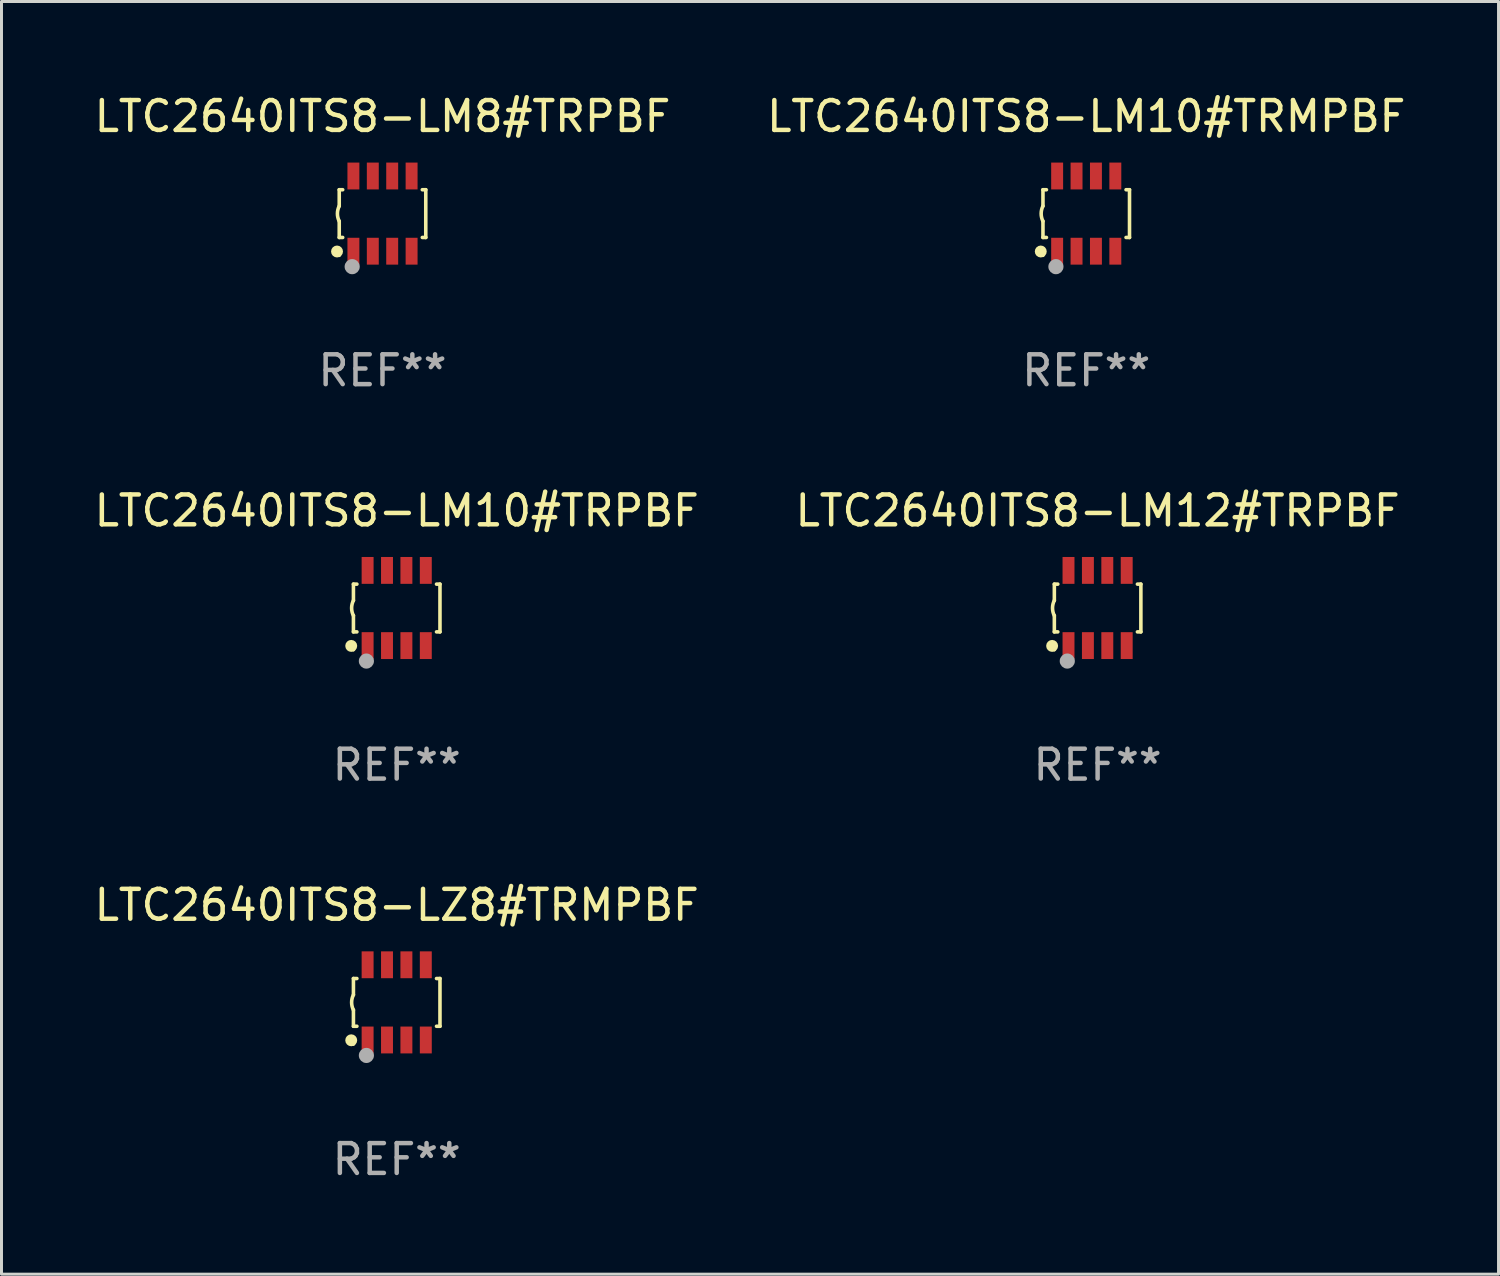
<source format=kicad_pcb>
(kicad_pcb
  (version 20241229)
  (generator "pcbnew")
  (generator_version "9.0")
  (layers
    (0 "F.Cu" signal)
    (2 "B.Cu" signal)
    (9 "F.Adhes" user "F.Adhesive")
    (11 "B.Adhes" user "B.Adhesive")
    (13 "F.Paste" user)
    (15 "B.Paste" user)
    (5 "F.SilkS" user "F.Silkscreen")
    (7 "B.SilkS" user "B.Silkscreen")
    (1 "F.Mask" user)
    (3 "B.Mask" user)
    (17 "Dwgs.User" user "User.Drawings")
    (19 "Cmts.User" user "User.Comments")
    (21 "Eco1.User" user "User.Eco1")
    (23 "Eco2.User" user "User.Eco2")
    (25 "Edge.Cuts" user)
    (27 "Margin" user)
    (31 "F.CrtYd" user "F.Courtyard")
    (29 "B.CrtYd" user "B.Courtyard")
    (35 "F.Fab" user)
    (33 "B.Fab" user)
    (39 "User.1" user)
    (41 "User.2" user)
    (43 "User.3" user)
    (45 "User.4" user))
  (footprint "LTC2640ITS8-LZ8#TRMPBF"
    (layer "F.Cu")
    (at 10.244 30.541)
    (property "Reference" "LTC2640ITS8-LZ8#TRMPBF" (at 0 -3.26 0) (layer "F.SilkS") (effects (font (size 1 1) (thickness 0.15))))
    (attr through_hole)
    (fp_line (start -1.45 -0.8) (end -1.45 -0.254) (stroke (width 0.12) (type solid)) (layer "F.SilkS"))
    (fp_line (start -1.45 -0.8) (end -1.334 -0.8) (stroke (width 0.12) (type solid)) (layer "F.SilkS"))
    (fp_line (start -1.45 0.8) (end -1.45 0.254) (stroke (width 0.12) (type solid)) (layer "F.SilkS"))
    (fp_line (start -1.45 0.8) (end -1.334 0.8) (stroke (width 0.12) (type solid)) (layer "F.SilkS"))
    (fp_line (start 1.334 -0.8) (end 1.45 -0.8) (stroke (width 0.12) (type solid)) (layer "F.SilkS"))
    (fp_line (start 1.334 0.8) (end 1.45 0.8) (stroke (width 0.12) (type solid)) (layer "F.SilkS"))
    (fp_line (start 1.45 0.8) (end 1.45 -0.8) (stroke (width 0.12) (type solid)) (layer "F.SilkS"))
    (fp_arc (start -1.45075 0.255144) (mid -1.510605 0.000434) (end -1.450013 -0.254102) (stroke (width 0.11999) (type solid)) (layer "F.SilkS"))
    (fp_circle (center -1.524 1.27) (end -1.424 1.27) (stroke (width 0.2) (type solid)) (fill no) (layer "F.SilkS"))
    (fp_circle (center -1.45 1.4) (end -1.42 1.4) (stroke (width 0.06) (type solid)) (fill no) (layer "F.SilkS"))
    (fp_circle (center -1.016 1.778) (end -0.889 1.778) (stroke (width 0.254) (type solid)) (fill no) (layer "F.Fab"))
    (fp_text user "REF**" (at 0 5.26 0) (layer "F.Fab") (effects (font (size 1 1) (thickness 0.15))))
    (pad "1" smd rect (at -0.975 1.26) (size 0.4 0.9) (layers "F.Cu" "F.Mask" "F.Paste"))
    (pad "2" smd rect (at -0.325 1.26) (size 0.4 0.9) (layers "F.Cu" "F.Mask" "F.Paste"))
    (pad "3" smd rect (at 0.325 1.26) (size 0.4 0.9) (layers "F.Cu" "F.Mask" "F.Paste"))
    (pad "4" smd rect (at 0.975 1.26) (size 0.4 0.9) (layers "F.Cu" "F.Mask" "F.Paste"))
    (pad "5" smd rect (at 0.975 -1.26) (size 0.4 0.9) (layers "F.Cu" "F.Mask" "F.Paste"))
    (pad "6" smd rect (at 0.325 -1.26) (size 0.4 0.9) (layers "F.Cu" "F.Mask" "F.Paste"))
    (pad "7" smd rect (at -0.325 -1.26) (size 0.4 0.9) (layers "F.Cu" "F.Mask" "F.Paste"))
    (pad "8" smd rect (at -0.975 -1.26) (size 0.4 0.9) (layers "F.Cu" "F.Mask" "F.Paste")))
  (footprint "LTC2640ITS8-LM10#TRPBF"
    (layer "F.Cu")
    (at 10.244 17.325)
    (property "Reference" "LTC2640ITS8-LM10#TRPBF" (at 0 -3.26 0) (layer "F.SilkS") (effects (font (size 1 1) (thickness 0.15))))
    (attr through_hole)
    (fp_line (start -1.45 -0.8) (end -1.45 -0.254) (stroke (width 0.12) (type solid)) (layer "F.SilkS"))
    (fp_line (start -1.45 -0.8) (end -1.334 -0.8) (stroke (width 0.12) (type solid)) (layer "F.SilkS"))
    (fp_line (start -1.45 0.8) (end -1.45 0.254) (stroke (width 0.12) (type solid)) (layer "F.SilkS"))
    (fp_line (start -1.45 0.8) (end -1.334 0.8) (stroke (width 0.12) (type solid)) (layer "F.SilkS"))
    (fp_line (start 1.334 -0.8) (end 1.45 -0.8) (stroke (width 0.12) (type solid)) (layer "F.SilkS"))
    (fp_line (start 1.334 0.8) (end 1.45 0.8) (stroke (width 0.12) (type solid)) (layer "F.SilkS"))
    (fp_line (start 1.45 0.8) (end 1.45 -0.8) (stroke (width 0.12) (type solid)) (layer "F.SilkS"))
    (fp_arc (start -1.45075 0.255144) (mid -1.510605 0.000434) (end -1.450013 -0.254102) (stroke (width 0.11999) (type solid)) (layer "F.SilkS"))
    (fp_circle (center -1.524 1.27) (end -1.424 1.27) (stroke (width 0.2) (type solid)) (fill no) (layer "F.SilkS"))
    (fp_circle (center -1.45 1.4) (end -1.42 1.4) (stroke (width 0.06) (type solid)) (fill no) (layer "F.SilkS"))
    (fp_circle (center -1.016 1.778) (end -0.889 1.778) (stroke (width 0.254) (type solid)) (fill no) (layer "F.Fab"))
    (fp_text user "REF**" (at 0 5.26 0) (layer "F.Fab") (effects (font (size 1 1) (thickness 0.15))))
    (pad "1" smd rect (at -0.975 1.26) (size 0.4 0.9) (layers "F.Cu" "F.Mask" "F.Paste"))
    (pad "2" smd rect (at -0.325 1.26) (size 0.4 0.9) (layers "F.Cu" "F.Mask" "F.Paste"))
    (pad "3" smd rect (at 0.325 1.26) (size 0.4 0.9) (layers "F.Cu" "F.Mask" "F.Paste"))
    (pad "4" smd rect (at 0.975 1.26) (size 0.4 0.9) (layers "F.Cu" "F.Mask" "F.Paste"))
    (pad "5" smd rect (at 0.975 -1.26) (size 0.4 0.9) (layers "F.Cu" "F.Mask" "F.Paste"))
    (pad "6" smd rect (at 0.325 -1.26) (size 0.4 0.9) (layers "F.Cu" "F.Mask" "F.Paste"))
    (pad "7" smd rect (at -0.325 -1.26) (size 0.4 0.9) (layers "F.Cu" "F.Mask" "F.Paste"))
    (pad "8" smd rect (at -0.975 -1.26) (size 0.4 0.9) (layers "F.Cu" "F.Mask" "F.Paste")))
  (footprint "LTC2640ITS8-LM12#TRPBF"
    (layer "F.Cu")
    (at 33.732 17.325)
    (property "Reference" "LTC2640ITS8-LM12#TRPBF" (at 0 -3.26 0) (layer "F.SilkS") (effects (font (size 1 1) (thickness 0.15))))
    (attr through_hole)
    (fp_line (start -1.45 -0.8) (end -1.45 -0.254) (stroke (width 0.12) (type solid)) (layer "F.SilkS"))
    (fp_line (start -1.45 -0.8) (end -1.334 -0.8) (stroke (width 0.12) (type solid)) (layer "F.SilkS"))
    (fp_line (start -1.45 0.8) (end -1.45 0.254) (stroke (width 0.12) (type solid)) (layer "F.SilkS"))
    (fp_line (start -1.45 0.8) (end -1.334 0.8) (stroke (width 0.12) (type solid)) (layer "F.SilkS"))
    (fp_line (start 1.334 -0.8) (end 1.45 -0.8) (stroke (width 0.12) (type solid)) (layer "F.SilkS"))
    (fp_line (start 1.334 0.8) (end 1.45 0.8) (stroke (width 0.12) (type solid)) (layer "F.SilkS"))
    (fp_line (start 1.45 0.8) (end 1.45 -0.8) (stroke (width 0.12) (type solid)) (layer "F.SilkS"))
    (fp_arc (start -1.45075 0.255144) (mid -1.510605 0.000434) (end -1.450013 -0.254102) (stroke (width 0.11999) (type solid)) (layer "F.SilkS"))
    (fp_circle (center -1.524 1.27) (end -1.424 1.27) (stroke (width 0.2) (type solid)) (fill no) (layer "F.SilkS"))
    (fp_circle (center -1.45 1.4) (end -1.42 1.4) (stroke (width 0.06) (type solid)) (fill no) (layer "F.SilkS"))
    (fp_circle (center -1.016 1.778) (end -0.889 1.778) (stroke (width 0.254) (type solid)) (fill no) (layer "F.Fab"))
    (fp_text user "REF**" (at 0 5.26 0) (layer "F.Fab") (effects (font (size 1 1) (thickness 0.15))))
    (pad "1" smd rect (at -0.975 1.26) (size 0.4 0.9) (layers "F.Cu" "F.Mask" "F.Paste"))
    (pad "2" smd rect (at -0.325 1.26) (size 0.4 0.9) (layers "F.Cu" "F.Mask" "F.Paste"))
    (pad "3" smd rect (at 0.325 1.26) (size 0.4 0.9) (layers "F.Cu" "F.Mask" "F.Paste"))
    (pad "4" smd rect (at 0.975 1.26) (size 0.4 0.9) (layers "F.Cu" "F.Mask" "F.Paste"))
    (pad "5" smd rect (at 0.975 -1.26) (size 0.4 0.9) (layers "F.Cu" "F.Mask" "F.Paste"))
    (pad "6" smd rect (at 0.325 -1.26) (size 0.4 0.9) (layers "F.Cu" "F.Mask" "F.Paste"))
    (pad "7" smd rect (at -0.325 -1.26) (size 0.4 0.9) (layers "F.Cu" "F.Mask" "F.Paste"))
    (pad "8" smd rect (at -0.975 -1.26) (size 0.4 0.9) (layers "F.Cu" "F.Mask" "F.Paste")))
  (footprint "LTC2640ITS8-LM8#TRPBF"
    (layer "F.Cu")
    (at 9.768 4.108)
    (property "Reference" "LTC2640ITS8-LM8#TRPBF" (at 0 -3.26 0) (layer "F.SilkS") (effects (font (size 1 1) (thickness 0.15))))
    (attr through_hole)
    (fp_line (start -1.45 -0.8) (end -1.45 -0.254) (stroke (width 0.12) (type solid)) (layer "F.SilkS"))
    (fp_line (start -1.45 -0.8) (end -1.334 -0.8) (stroke (width 0.12) (type solid)) (layer "F.SilkS"))
    (fp_line (start -1.45 0.8) (end -1.45 0.254) (stroke (width 0.12) (type solid)) (layer "F.SilkS"))
    (fp_line (start -1.45 0.8) (end -1.334 0.8) (stroke (width 0.12) (type solid)) (layer "F.SilkS"))
    (fp_line (start 1.334 -0.8) (end 1.45 -0.8) (stroke (width 0.12) (type solid)) (layer "F.SilkS"))
    (fp_line (start 1.334 0.8) (end 1.45 0.8) (stroke (width 0.12) (type solid)) (layer "F.SilkS"))
    (fp_line (start 1.45 0.8) (end 1.45 -0.8) (stroke (width 0.12) (type solid)) (layer "F.SilkS"))
    (fp_arc (start -1.45075 0.255144) (mid -1.510605 0.000434) (end -1.450013 -0.254102) (stroke (width 0.11999) (type solid)) (layer "F.SilkS"))
    (fp_circle (center -1.524 1.27) (end -1.424 1.27) (stroke (width 0.2) (type solid)) (fill no) (layer "F.SilkS"))
    (fp_circle (center -1.45 1.4) (end -1.42 1.4) (stroke (width 0.06) (type solid)) (fill no) (layer "F.SilkS"))
    (fp_circle (center -1.016 1.778) (end -0.889 1.778) (stroke (width 0.254) (type solid)) (fill no) (layer "F.Fab"))
    (fp_text user "REF**" (at 0 5.26 0) (layer "F.Fab") (effects (font (size 1 1) (thickness 0.15))))
    (pad "1" smd rect (at -0.975 1.26) (size 0.4 0.9) (layers "F.Cu" "F.Mask" "F.Paste"))
    (pad "2" smd rect (at -0.325 1.26) (size 0.4 0.9) (layers "F.Cu" "F.Mask" "F.Paste"))
    (pad "3" smd rect (at 0.325 1.26) (size 0.4 0.9) (layers "F.Cu" "F.Mask" "F.Paste"))
    (pad "4" smd rect (at 0.975 1.26) (size 0.4 0.9) (layers "F.Cu" "F.Mask" "F.Paste"))
    (pad "5" smd rect (at 0.975 -1.26) (size 0.4 0.9) (layers "F.Cu" "F.Mask" "F.Paste"))
    (pad "6" smd rect (at 0.325 -1.26) (size 0.4 0.9) (layers "F.Cu" "F.Mask" "F.Paste"))
    (pad "7" smd rect (at -0.325 -1.26) (size 0.4 0.9) (layers "F.Cu" "F.Mask" "F.Paste"))
    (pad "8" smd rect (at -0.975 -1.26) (size 0.4 0.9) (layers "F.Cu" "F.Mask" "F.Paste")))
  (footprint "LTC2640ITS8-LM10#TRMPBF"
    (layer "F.Cu")
    (at 33.351 4.108)
    (property "Reference" "LTC2640ITS8-LM10#TRMPBF" (at 0 -3.26 0) (layer "F.SilkS") (effects (font (size 1 1) (thickness 0.15))))
    (attr through_hole)
    (fp_line (start -1.45 -0.8) (end -1.45 -0.254) (stroke (width 0.12) (type solid)) (layer "F.SilkS"))
    (fp_line (start -1.45 -0.8) (end -1.334 -0.8) (stroke (width 0.12) (type solid)) (layer "F.SilkS"))
    (fp_line (start -1.45 0.8) (end -1.45 0.254) (stroke (width 0.12) (type solid)) (layer "F.SilkS"))
    (fp_line (start -1.45 0.8) (end -1.334 0.8) (stroke (width 0.12) (type solid)) (layer "F.SilkS"))
    (fp_line (start 1.334 -0.8) (end 1.45 -0.8) (stroke (width 0.12) (type solid)) (layer "F.SilkS"))
    (fp_line (start 1.334 0.8) (end 1.45 0.8) (stroke (width 0.12) (type solid)) (layer "F.SilkS"))
    (fp_line (start 1.45 0.8) (end 1.45 -0.8) (stroke (width 0.12) (type solid)) (layer "F.SilkS"))
    (fp_arc (start -1.45075 0.255144) (mid -1.510605 0.000434) (end -1.450013 -0.254102) (stroke (width 0.11999) (type solid)) (layer "F.SilkS"))
    (fp_circle (center -1.524 1.27) (end -1.424 1.27) (stroke (width 0.2) (type solid)) (fill no) (layer "F.SilkS"))
    (fp_circle (center -1.45 1.4) (end -1.42 1.4) (stroke (width 0.06) (type solid)) (fill no) (layer "F.SilkS"))
    (fp_circle (center -1.016 1.778) (end -0.889 1.778) (stroke (width 0.254) (type solid)) (fill no) (layer "F.Fab"))
    (fp_text user "REF**" (at 0 5.26 0) (layer "F.Fab") (effects (font (size 1 1) (thickness 0.15))))
    (pad "1" smd rect (at -0.975 1.26) (size 0.4 0.9) (layers "F.Cu" "F.Mask" "F.Paste"))
    (pad "2" smd rect (at -0.325 1.26) (size 0.4 0.9) (layers "F.Cu" "F.Mask" "F.Paste"))
    (pad "3" smd rect (at 0.325 1.26) (size 0.4 0.9) (layers "F.Cu" "F.Mask" "F.Paste"))
    (pad "4" smd rect (at 0.975 1.26) (size 0.4 0.9) (layers "F.Cu" "F.Mask" "F.Paste"))
    (pad "5" smd rect (at 0.975 -1.26) (size 0.4 0.9) (layers "F.Cu" "F.Mask" "F.Paste"))
    (pad "6" smd rect (at 0.325 -1.26) (size 0.4 0.9) (layers "F.Cu" "F.Mask" "F.Paste"))
    (pad "7" smd rect (at -0.325 -1.26) (size 0.4 0.9) (layers "F.Cu" "F.Mask" "F.Paste"))
    (pad "8" smd rect (at -0.975 -1.26) (size 0.4 0.9) (layers "F.Cu" "F.Mask" "F.Paste")))
  (gr_rect
    (start -3 -3)
    (end 47.167 39.649)
    (stroke (width 0.1) (type default))
    (fill no)
    (layer "Edge.Cuts")))
</source>
